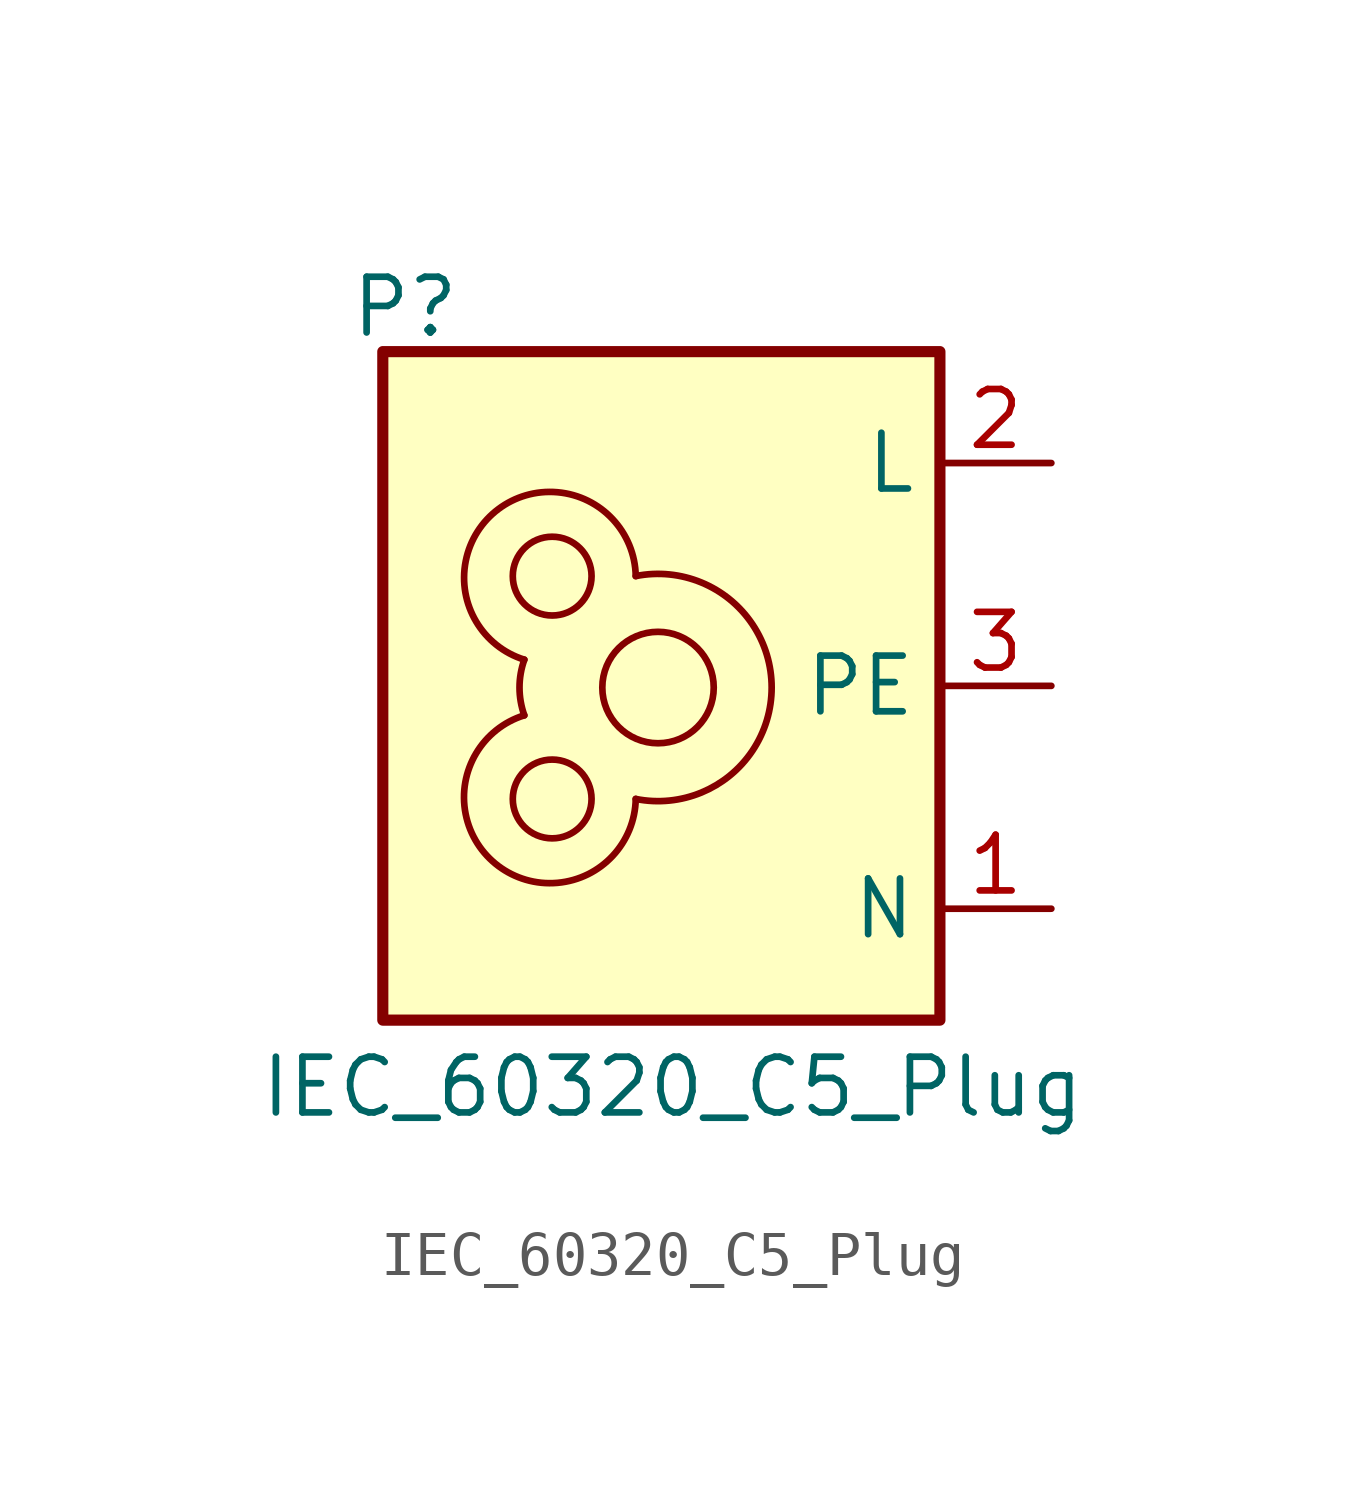
<source format=kicad_sym>
(kicad_symbol_lib
  (version 20241209)
  (generator "kicad_symbol_editor")
  (generator_version "9.0")
  (symbol "IEC_60320_C5_Plug"
    (property "Reference" "P"
      (at -5.842 8.636 0)
      (effects (font (size 1.27 1.27))))
    (property "Value" "IEC_60320_C5_Plug"
      (at 0.254 -9.144 0)
      (effects (font (size 1.27 1.27))))
    (symbol "IEC_60320_C5_Plug_0_1"
      (arc (start -3.1238 0.5974) (mid -3.7139 4.03) (end -0.5838 2.5024) (stroke (width 0) (type default)) (fill (type none)))
      (arc (start -0.5838 -2.5776) (mid -3.7139 -4.1052) (end -3.1238 -0.6726) (stroke (width 0) (type default)) (fill (type none)))
      (arc (start -3.1238 -0.6726) (mid -3.2336 -0.0376) (end -3.1238 0.5974) (stroke (width 0) (type default)) (fill (type none)))
      (arc (start -0.5838 2.5024) (mid 2.5145 -0.0376) (end -0.5838 -2.5776) (stroke (width 0) (type default)) (fill (type none))))
    (symbol "IEC_60320_C5_Plug_1_1"
      (polyline (pts (xy -6.35 7.62) (xy 6.35 7.62) (xy 6.35 -7.62) (xy -6.35 -7.62) (xy -6.35 7.62)) (stroke (width 0.254) (type default)) (fill (type background)))
      (circle (center -2.489 2.502) (radius 0.898) (stroke (width 0) (type default)) (fill (type none)))
      (circle (center -2.489 -2.578) (radius 0.898) (stroke (width 0) (type default)) (fill (type none)))
      (circle (center -0.076 -0.038) (radius 1.27) (stroke (width 0) (type default)) (fill (type none)))
      (pin power_in line (at 8.89 5.08 180) (length 2.54) (name "L" (effects (font (size 1.27 1.27)))) (number "2" (effects (font (size 1.27 1.27)))))
      (pin bidirectional line (at 8.89 0 180) (length 2.54) (name "PE" (effects (font (size 1.27 1.27)))) (number "3" (effects (font (size 1.27 1.27)))))
      (pin power_in line (at 8.89 -5.08 180) (length 2.54) (name "N" (effects (font (size 1.27 1.27)))) (number "1" (effects (font (size 1.27 1.27))))))))
</source>
